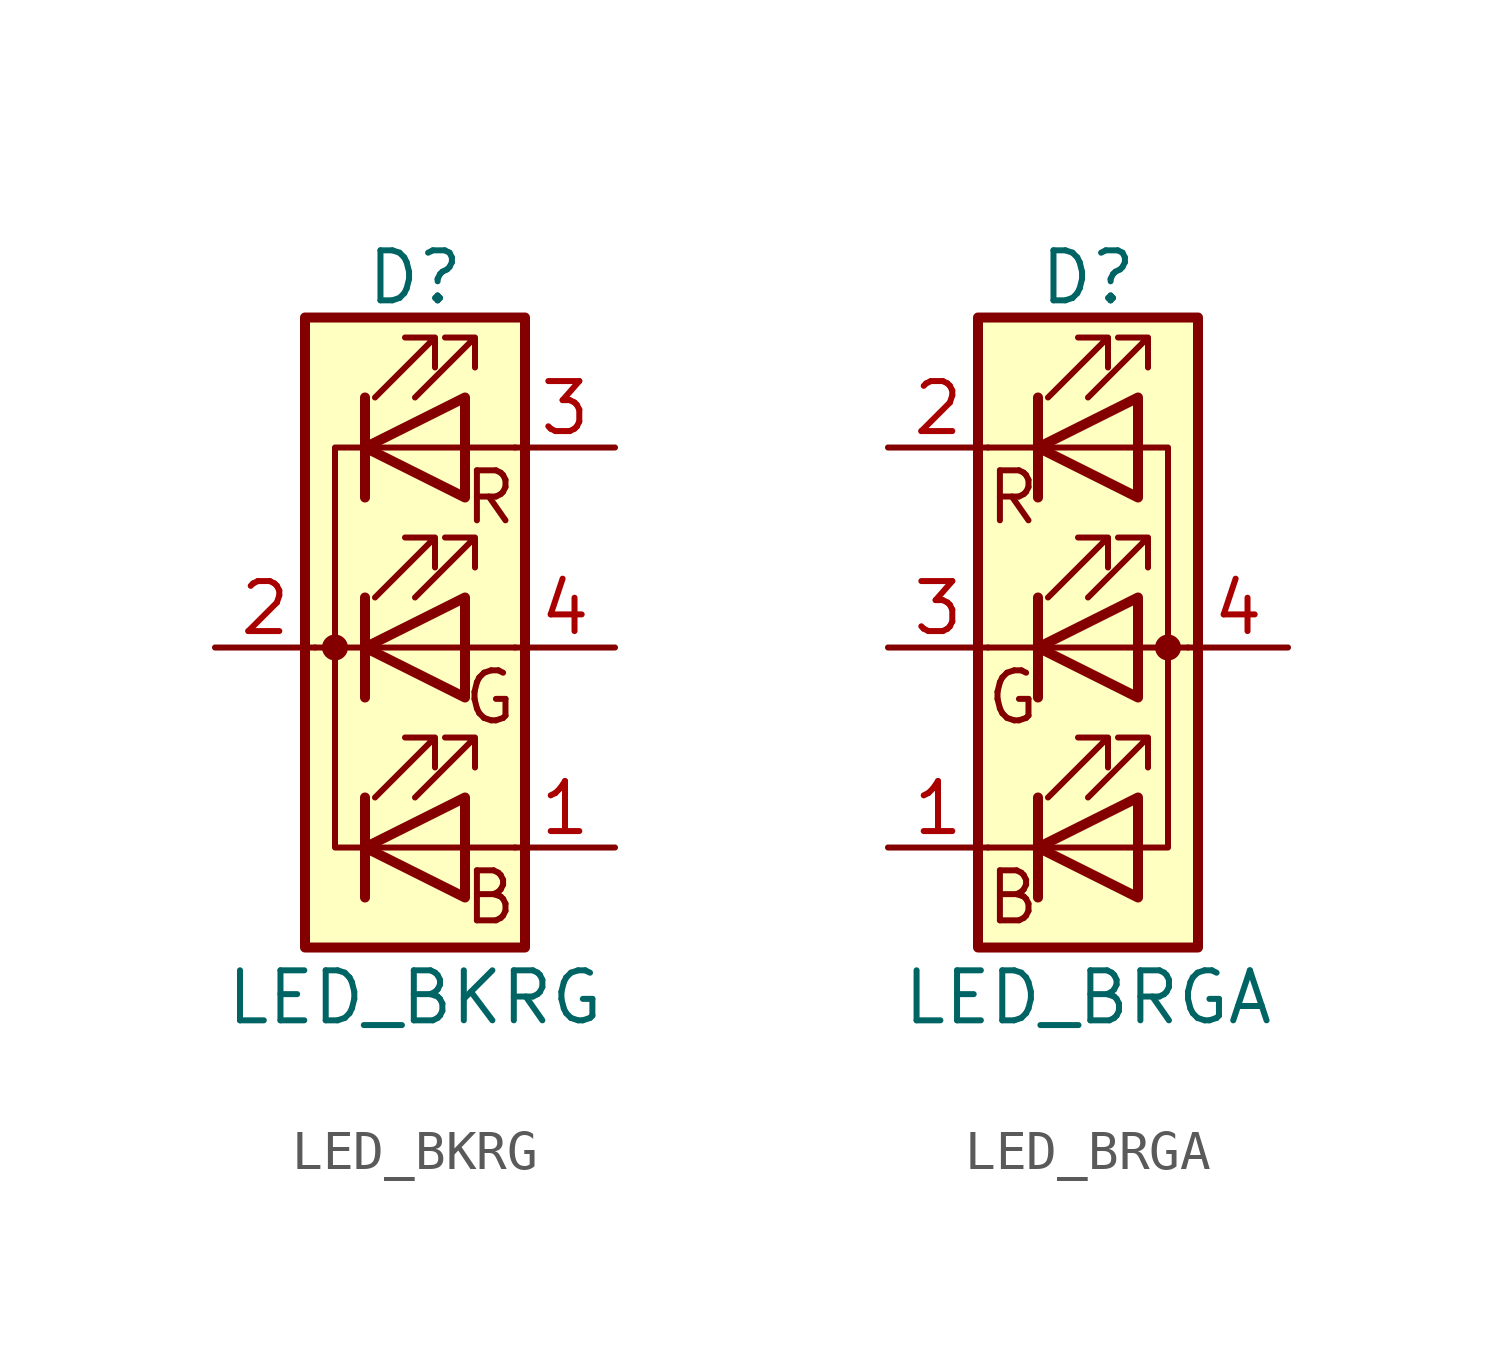
<source format=kicad_sym>
(kicad_symbol_lib
  (version 20211014)
  (generator kicad_symbol_editor)
  (symbol "LED_BKRG"
    (pin_names
      (offset 0) hide)
    (property "Reference" "D"
      (at 0 9.398 0)
      (effects (font (size 1.27 1.27))))
    (property "Value" "LED_BKRG"
      (at 0 -8.89 0)
      (effects (font (size 1.27 1.27))))
    (symbol "LED_BKRG_0_0"
      (text "B" (at 1.905 -6.35 0) (effects (font (size 1.27 1.27))))
      (text "G" (at 1.905 -1.27 0) (effects (font (size 1.27 1.27))))
      (text "R" (at 1.905 3.81 0) (effects (font (size 1.27 1.27)))))
    (symbol "LED_BKRG_0_1"
      (circle (center -2.032 0) (radius 0.254) (stroke (width 0) (type default) (color 0 0 0 0)) (fill (type outline)))
      (polyline (pts (xy -1.27 -5.08) (xy 1.27 -5.08)) (stroke (width 0) (type default) (color 0 0 0 0)) (fill (type none)))
      (polyline (pts (xy -1.27 -3.81) (xy -1.27 -6.35)) (stroke (width 0.254) (type default) (color 0 0 0 0)) (fill (type none)))
      (polyline (pts (xy -1.27 0) (xy -2.54 0)) (stroke (width 0) (type default) (color 0 0 0 0)) (fill (type none)))
      (polyline (pts (xy -1.27 1.27) (xy -1.27 -1.27)) (stroke (width 0.254) (type default) (color 0 0 0 0)) (fill (type none)))
      (polyline (pts (xy -1.27 5.08) (xy 1.27 5.08)) (stroke (width 0) (type default) (color 0 0 0 0)) (fill (type none)))
      (polyline (pts (xy -1.27 6.35) (xy -1.27 3.81)) (stroke (width 0.254) (type default) (color 0 0 0 0)) (fill (type none)))
      (polyline (pts (xy 1.27 -5.08) (xy 2.54 -5.08)) (stroke (width 0) (type default) (color 0 0 0 0)) (fill (type none)))
      (polyline (pts (xy 1.27 0) (xy -1.27 0)) (stroke (width 0) (type default) (color 0 0 0 0)) (fill (type none)))
      (polyline (pts (xy 1.27 0) (xy 2.54 0)) (stroke (width 0) (type default) (color 0 0 0 0)) (fill (type none)))
      (polyline (pts (xy 1.27 5.08) (xy 2.54 5.08)) (stroke (width 0) (type default) (color 0 0 0 0)) (fill (type none)))
      (polyline (pts (xy -1.27 1.27) (xy -1.27 -1.27) (xy -1.27 -1.27)) (stroke (width 0) (type default) (color 0 0 0 0)) (fill (type none)))
      (polyline (pts (xy -1.27 6.35) (xy -1.27 3.81) (xy -1.27 3.81)) (stroke (width 0) (type default) (color 0 0 0 0)) (fill (type none)))
      (polyline (pts (xy -1.27 5.08) (xy -2.032 5.08) (xy -2.032 -5.08) (xy -1.016 -5.08)) (stroke (width 0) (type default) (color 0 0 0 0)) (fill (type none)))
      (polyline (pts (xy 1.27 -3.81) (xy 1.27 -6.35) (xy -1.27 -5.08) (xy 1.27 -3.81)) (stroke (width 0.254) (type default) (color 0 0 0 0)) (fill (type none)))
      (polyline (pts (xy 1.27 1.27) (xy 1.27 -1.27) (xy -1.27 0) (xy 1.27 1.27)) (stroke (width 0.254) (type default) (color 0 0 0 0)) (fill (type none)))
      (polyline (pts (xy 1.27 6.35) (xy 1.27 3.81) (xy -1.27 5.08) (xy 1.27 6.35)) (stroke (width 0.254) (type default) (color 0 0 0 0)) (fill (type none)))
      (polyline (pts (xy -1.016 -3.81) (xy 0.508 -2.286) (xy -0.254 -2.286) (xy 0.508 -2.286) (xy 0.508 -3.048)) (stroke (width 0) (type default) (color 0 0 0 0)) (fill (type none)))
      (polyline (pts (xy -1.016 1.27) (xy 0.508 2.794) (xy -0.254 2.794) (xy 0.508 2.794) (xy 0.508 2.032)) (stroke (width 0) (type default) (color 0 0 0 0)) (fill (type none)))
      (polyline (pts (xy -1.016 6.35) (xy 0.508 7.874) (xy -0.254 7.874) (xy 0.508 7.874) (xy 0.508 7.112)) (stroke (width 0) (type default) (color 0 0 0 0)) (fill (type none)))
      (polyline (pts (xy 0 -3.81) (xy 1.524 -2.286) (xy 0.762 -2.286) (xy 1.524 -2.286) (xy 1.524 -3.048)) (stroke (width 0) (type default) (color 0 0 0 0)) (fill (type none)))
      (polyline (pts (xy 0 1.27) (xy 1.524 2.794) (xy 0.762 2.794) (xy 1.524 2.794) (xy 1.524 2.032)) (stroke (width 0) (type default) (color 0 0 0 0)) (fill (type none)))
      (polyline (pts (xy 0 6.35) (xy 1.524 7.874) (xy 0.762 7.874) (xy 1.524 7.874) (xy 1.524 7.112)) (stroke (width 0) (type default) (color 0 0 0 0)) (fill (type none)))
      (rectangle (start 1.27 -1.27) (end 1.27 1.27) (stroke (width 0) (type default) (color 0 0 0 0)) (fill (type none)))
      (rectangle (start 1.27 1.27) (end 1.27 1.27) (stroke (width 0) (type default) (color 0 0 0 0)) (fill (type none)))
      (rectangle (start 1.27 3.81) (end 1.27 6.35) (stroke (width 0) (type default) (color 0 0 0 0)) (fill (type none)))
      (rectangle (start 1.27 6.35) (end 1.27 6.35) (stroke (width 0) (type default) (color 0 0 0 0)) (fill (type none)))
      (rectangle (start 2.794 8.382) (end -2.794 -7.62) (stroke (width 0.254) (type default) (color 0 0 0 0)) (fill (type background))))
    (symbol "LED_BKRG_1_1"
      (pin passive line (at 5.08 -5.08 180) (length 2.54) (name "BA" (effects (font (size 1.27 1.27)))) (number "1" (effects (font (size 1.27 1.27)))))
      (pin passive line (at -5.08 0 0) (length 2.54) (name "K" (effects (font (size 1.27 1.27)))) (number "2" (effects (font (size 1.27 1.27)))))
      (pin passive line (at 5.08 5.08 180) (length 2.54) (name "RA" (effects (font (size 1.27 1.27)))) (number "3" (effects (font (size 1.27 1.27)))))
      (pin passive line (at 5.08 0 180) (length 2.54) (name "GA" (effects (font (size 1.27 1.27)))) (number "4" (effects (font (size 1.27 1.27)))))))
  (symbol "LED_BRGA"
    (pin_names
      (offset 0) hide)
    (property "Reference" "D"
      (at 0 9.398 0)
      (effects (font (size 1.27 1.27))))
    (property "Value" "LED_BRGA"
      (at 0 -8.89 0)
      (effects (font (size 1.27 1.27))))
    (symbol "LED_BRGA_0_0"
      (text "B" (at -1.905 -6.35 0) (effects (font (size 1.27 1.27))))
      (text "G" (at -1.905 -1.27 0) (effects (font (size 1.27 1.27))))
      (text "R" (at -1.905 3.81 0) (effects (font (size 1.27 1.27)))))
    (symbol "LED_BRGA_0_1"
      (polyline (pts (xy -1.27 -5.08) (xy -2.54 -5.08)) (stroke (width 0) (type default) (color 0 0 0 0)) (fill (type none)))
      (polyline (pts (xy -1.27 -5.08) (xy 1.27 -5.08)) (stroke (width 0) (type default) (color 0 0 0 0)) (fill (type none)))
      (polyline (pts (xy -1.27 -3.81) (xy -1.27 -6.35)) (stroke (width 0.254) (type default) (color 0 0 0 0)) (fill (type none)))
      (polyline (pts (xy -1.27 0) (xy -2.54 0)) (stroke (width 0) (type default) (color 0 0 0 0)) (fill (type none)))
      (polyline (pts (xy -1.27 1.27) (xy -1.27 -1.27)) (stroke (width 0.254) (type default) (color 0 0 0 0)) (fill (type none)))
      (polyline (pts (xy -1.27 5.08) (xy -2.54 5.08)) (stroke (width 0) (type default) (color 0 0 0 0)) (fill (type none)))
      (polyline (pts (xy -1.27 5.08) (xy 1.27 5.08)) (stroke (width 0) (type default) (color 0 0 0 0)) (fill (type none)))
      (polyline (pts (xy -1.27 6.35) (xy -1.27 3.81)) (stroke (width 0.254) (type default) (color 0 0 0 0)) (fill (type none)))
      (polyline (pts (xy 1.27 0) (xy -1.27 0)) (stroke (width 0) (type default) (color 0 0 0 0)) (fill (type none)))
      (polyline (pts (xy 1.27 0) (xy 2.54 0)) (stroke (width 0) (type default) (color 0 0 0 0)) (fill (type none)))
      (polyline (pts (xy -1.27 1.27) (xy -1.27 -1.27) (xy -1.27 -1.27)) (stroke (width 0) (type default) (color 0 0 0 0)) (fill (type none)))
      (polyline (pts (xy -1.27 6.35) (xy -1.27 3.81) (xy -1.27 3.81)) (stroke (width 0) (type default) (color 0 0 0 0)) (fill (type none)))
      (polyline (pts (xy 1.27 -5.08) (xy 2.032 -5.08) (xy 2.032 5.08) (xy 1.27 5.08)) (stroke (width 0) (type default) (color 0 0 0 0)) (fill (type none)))
      (polyline (pts (xy 1.27 -3.81) (xy 1.27 -6.35) (xy -1.27 -5.08) (xy 1.27 -3.81)) (stroke (width 0.254) (type default) (color 0 0 0 0)) (fill (type none)))
      (polyline (pts (xy 1.27 1.27) (xy 1.27 -1.27) (xy -1.27 0) (xy 1.27 1.27)) (stroke (width 0.254) (type default) (color 0 0 0 0)) (fill (type none)))
      (polyline (pts (xy 1.27 6.35) (xy 1.27 3.81) (xy -1.27 5.08) (xy 1.27 6.35)) (stroke (width 0.254) (type default) (color 0 0 0 0)) (fill (type none)))
      (polyline (pts (xy -1.016 -3.81) (xy 0.508 -2.286) (xy -0.254 -2.286) (xy 0.508 -2.286) (xy 0.508 -3.048)) (stroke (width 0) (type default) (color 0 0 0 0)) (fill (type none)))
      (polyline (pts (xy -1.016 1.27) (xy 0.508 2.794) (xy -0.254 2.794) (xy 0.508 2.794) (xy 0.508 2.032)) (stroke (width 0) (type default) (color 0 0 0 0)) (fill (type none)))
      (polyline (pts (xy -1.016 6.35) (xy 0.508 7.874) (xy -0.254 7.874) (xy 0.508 7.874) (xy 0.508 7.112)) (stroke (width 0) (type default) (color 0 0 0 0)) (fill (type none)))
      (polyline (pts (xy 0 -3.81) (xy 1.524 -2.286) (xy 0.762 -2.286) (xy 1.524 -2.286) (xy 1.524 -3.048)) (stroke (width 0) (type default) (color 0 0 0 0)) (fill (type none)))
      (polyline (pts (xy 0 1.27) (xy 1.524 2.794) (xy 0.762 2.794) (xy 1.524 2.794) (xy 1.524 2.032)) (stroke (width 0) (type default) (color 0 0 0 0)) (fill (type none)))
      (polyline (pts (xy 0 6.35) (xy 1.524 7.874) (xy 0.762 7.874) (xy 1.524 7.874) (xy 1.524 7.112)) (stroke (width 0) (type default) (color 0 0 0 0)) (fill (type none)))
      (rectangle (start 1.27 -1.27) (end 1.27 1.27) (stroke (width 0) (type default) (color 0 0 0 0)) (fill (type none)))
      (rectangle (start 1.27 1.27) (end 1.27 1.27) (stroke (width 0) (type default) (color 0 0 0 0)) (fill (type none)))
      (rectangle (start 1.27 3.81) (end 1.27 6.35) (stroke (width 0) (type default) (color 0 0 0 0)) (fill (type none)))
      (rectangle (start 1.27 6.35) (end 1.27 6.35) (stroke (width 0) (type default) (color 0 0 0 0)) (fill (type none)))
      (circle (center 2.032 0) (radius 0.254) (stroke (width 0) (type default) (color 0 0 0 0)) (fill (type outline)))
      (rectangle (start 2.794 8.382) (end -2.794 -7.62) (stroke (width 0.254) (type default) (color 0 0 0 0)) (fill (type background))))
    (symbol "LED_BRGA_1_1"
      (pin passive line (at -5.08 -5.08 0) (length 2.54) (name "BK" (effects (font (size 1.27 1.27)))) (number "1" (effects (font (size 1.27 1.27)))))
      (pin passive line (at -5.08 5.08 0) (length 2.54) (name "RK" (effects (font (size 1.27 1.27)))) (number "2" (effects (font (size 1.27 1.27)))))
      (pin passive line (at -5.08 0 0) (length 2.54) (name "GK" (effects (font (size 1.27 1.27)))) (number "3" (effects (font (size 1.27 1.27)))))
      (pin passive line (at 5.08 0 180) (length 2.54) (name "A" (effects (font (size 1.27 1.27)))) (number "4" (effects (font (size 1.27 1.27))))))))
</source>
